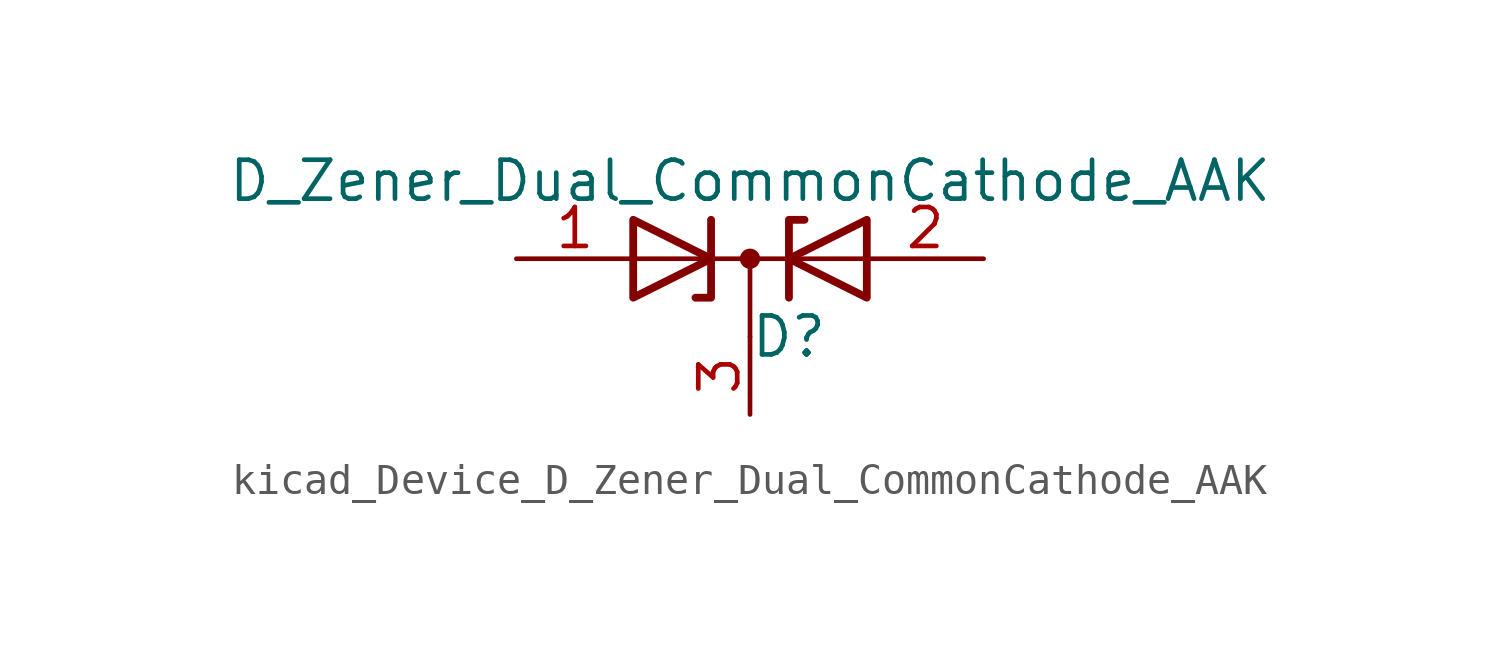
<source format=kicad_sym>
(kicad_symbol_lib
  (version 20220914)
  (generator kicad_symbol_editor)
  (symbol "kicad_Device_D_Zener_Dual_CommonCathode_AAK"
    (pin_names
      (offset 0.762) hide)
    (property "Reference" "D"
      (at 1.27 -2.54 0)
      (effects (font (size 1.27 1.27))))
    (property "Value" "D_Zener_Dual_CommonCathode_AAK"
      (at 0 2.54 0)
      (effects (font (size 1.27 1.27))))
    (symbol "kicad_Device_D_Zener_Dual_CommonCathode_AAK_0_1"
      (polyline (pts (xy -3.81 0) (xy 3.81 0)) (stroke (width 0) (type default)) (fill (type none)))
      (polyline (pts (xy 0 0) (xy 0 -2.54)) (stroke (width 0) (type default)) (fill (type none)))
      (polyline (pts (xy -1.27 1.27) (xy -1.27 -1.27) (xy -1.778 -1.27)) (stroke (width 0.254) (type default)) (fill (type none)))
      (polyline (pts (xy 1.27 -1.27) (xy 1.27 1.27) (xy 1.778 1.27)) (stroke (width 0.254) (type default)) (fill (type none)))
      (polyline (pts (xy -3.81 1.27) (xy -1.27 0) (xy -3.81 -1.27) (xy -3.81 1.27) (xy -3.81 1.27) (xy -3.81 1.27)) (stroke (width 0.254) (type default)) (fill (type none)))
      (polyline (pts (xy 3.81 -1.27) (xy 1.27 0) (xy 3.81 1.27) (xy 3.81 -1.27) (xy 3.81 -1.27) (xy 3.81 -1.27)) (stroke (width 0.254) (type default)) (fill (type none)))
      (circle (center 0 0) (radius 0.254) (stroke (width 0) (type default)) (fill (type outline)))
      (pin passive line (at -7.62 0 0) (length 3.81) (name "A" (effects (font (size 1.27 1.27)))) (number "1" (effects (font (size 1.27 1.27)))))
      (pin passive line (at 7.62 0 180) (length 3.81) (name "A" (effects (font (size 1.27 1.27)))) (number "2" (effects (font (size 1.27 1.27)))))
      (pin passive line (at 0 -5.08 90) (length 2.54) (name "K" (effects (font (size 1.27 1.27)))) (number "3" (effects (font (size 1.27 1.27))))))))
</source>
